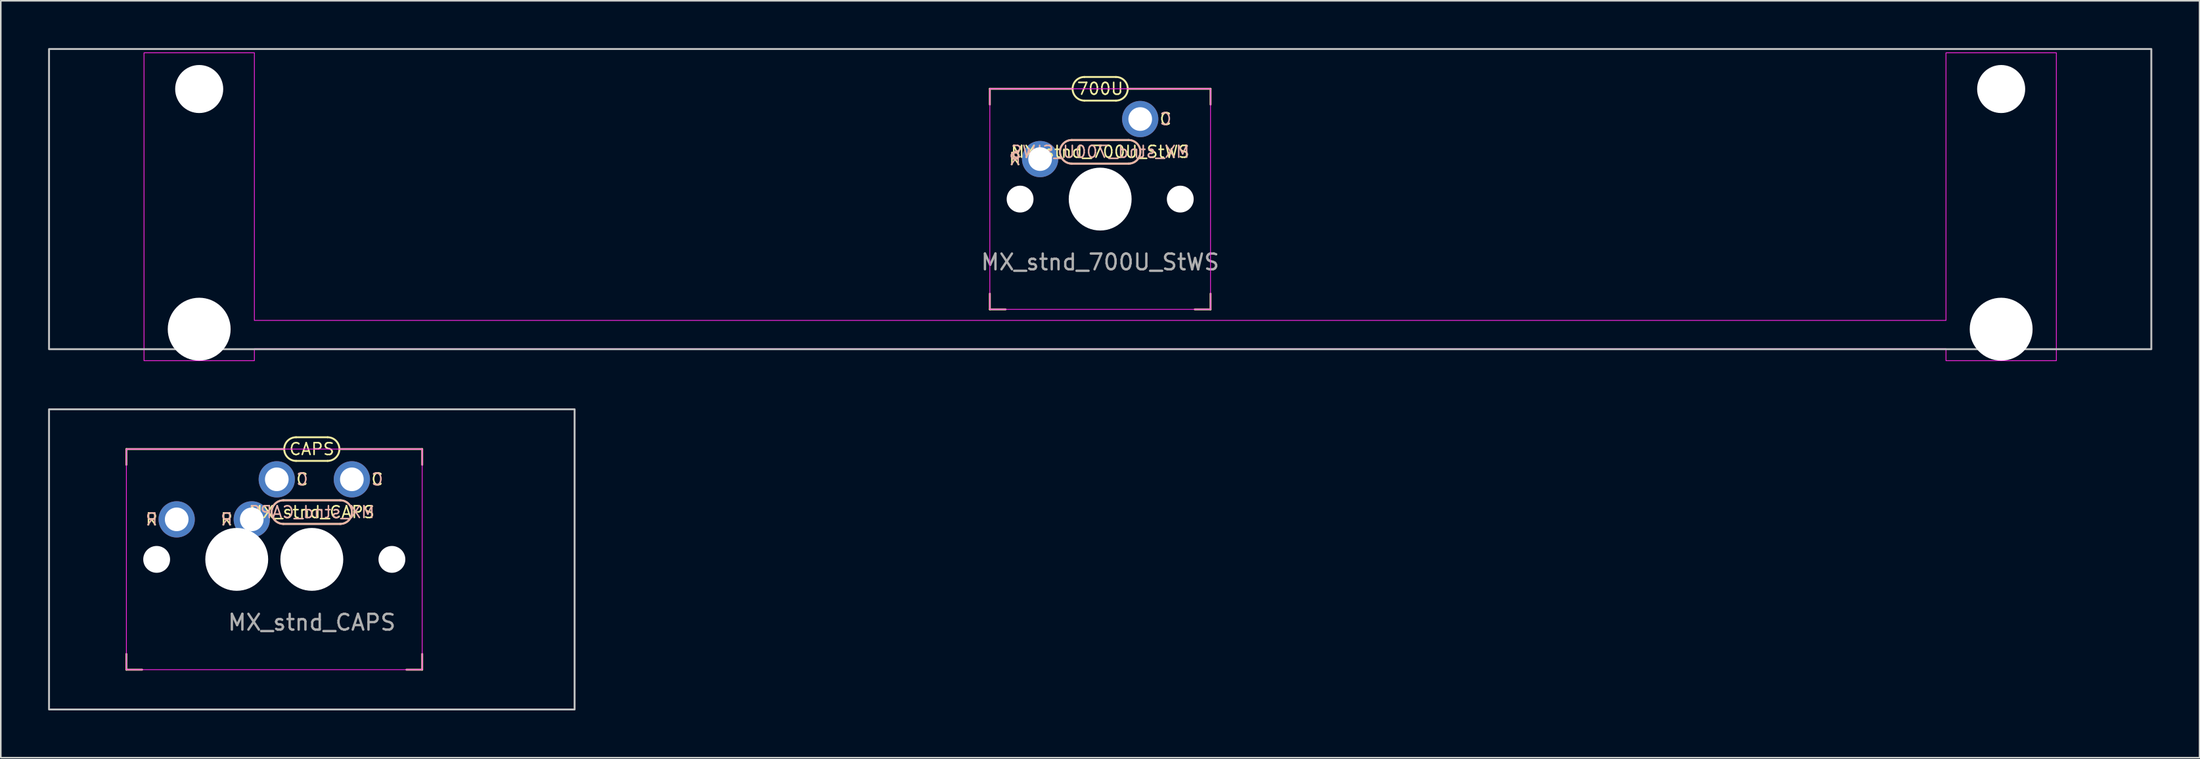
<source format=kicad_pcb>
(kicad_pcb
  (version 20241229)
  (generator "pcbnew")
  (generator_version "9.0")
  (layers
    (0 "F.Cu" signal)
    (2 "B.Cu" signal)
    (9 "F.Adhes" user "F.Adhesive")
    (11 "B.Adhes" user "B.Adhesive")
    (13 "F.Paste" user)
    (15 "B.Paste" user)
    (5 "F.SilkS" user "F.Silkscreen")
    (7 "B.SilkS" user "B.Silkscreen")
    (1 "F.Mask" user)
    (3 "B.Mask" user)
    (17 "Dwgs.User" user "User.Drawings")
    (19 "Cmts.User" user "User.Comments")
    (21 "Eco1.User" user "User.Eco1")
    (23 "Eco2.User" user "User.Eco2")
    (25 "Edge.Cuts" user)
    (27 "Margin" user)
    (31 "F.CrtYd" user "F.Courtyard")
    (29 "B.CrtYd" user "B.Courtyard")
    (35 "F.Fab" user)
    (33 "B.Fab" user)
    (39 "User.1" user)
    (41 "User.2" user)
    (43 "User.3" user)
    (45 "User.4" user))
  (footprint "MX_stnd_CAPS"
    (layer "F.Cu")
    (at 16.729 32.45)
    (property "Reference" "MX_stnd_CAPS" (at 0 -3 0) (unlocked yes) (layer "F.SilkS") (effects (font (size 0.75 0.75) (thickness 0.1))))
    (attr through_hole)
    (fp_line (start -11.762 -7) (end -1.75 -7) (stroke (width 0.12) (type solid)) (layer "F.SilkS"))
    (fp_line (start -11.762 -6) (end -11.762 -7) (stroke (width 0.12) (type solid)) (layer "F.SilkS"))
    (fp_line (start -11.762 7) (end -11.762 6) (stroke (width 0.12) (type solid)) (layer "F.SilkS"))
    (fp_line (start -10.762 7) (end -11.762 7) (stroke (width 0.12) (type solid)) (layer "F.SilkS"))
    (fp_line (start -1.8 -3.75) (end 1.8 -3.75) (stroke (width 0.12) (type solid)) (layer "F.SilkS"))
    (fp_line (start -1 -7.75) (end 1 -7.75) (stroke (width 0.12) (type solid)) (layer "F.SilkS"))
    (fp_line (start 1 -6.25) (end -1 -6.25) (stroke (width 0.12) (type solid)) (layer "F.SilkS"))
    (fp_line (start 1.8 -2.25) (end -1.8 -2.25) (stroke (width 0.12) (type solid)) (layer "F.SilkS"))
    (fp_line (start 6 7) (end 7 7) (stroke (width 0.12) (type solid)) (layer "F.SilkS"))
    (fp_line (start 7 -7) (end 1.75 -7) (stroke (width 0.12) (type solid)) (layer "F.SilkS"))
    (fp_line (start 7 -7) (end 7 -6) (stroke (width 0.12) (type solid)) (layer "F.SilkS"))
    (fp_line (start 7 7) (end 7 6) (stroke (width 0.12) (type solid)) (layer "F.SilkS"))
    (fp_arc (start -1.8 -2.25) (mid -2.55 -3) (end -1.8 -3.75) (stroke (width 0.12) (type solid)) (layer "F.SilkS"))
    (fp_arc (start -1 -6.25) (mid -1.75 -7) (end -1 -7.75) (stroke (width 0.12) (type solid)) (layer "F.SilkS"))
    (fp_arc (start 1 -7.75) (mid 1.75 -7) (end 1 -6.25) (stroke (width 0.12) (type solid)) (layer "F.SilkS"))
    (fp_arc (start 1.8 -3.75) (mid 2.55 -3) (end 1.8 -2.25) (stroke (width 0.12) (type solid)) (layer "F.SilkS"))
    (fp_line (start -1.8 -2.25) (end 1.8 -2.25) (stroke (width 0.12) (type solid)) (layer "B.SilkS"))
    (fp_line (start 1.8 -3.75) (end -1.8 -3.75) (stroke (width 0.12) (type solid)) (layer "B.SilkS"))
    (fp_arc (start -1.8 -2.25) (mid -2.55 -3) (end -1.8 -3.75) (stroke (width 0.12) (type solid)) (layer "B.SilkS"))
    (fp_arc (start 1.8 -3.75) (mid 2.55 -3) (end 1.8 -2.25) (stroke (width 0.12) (type solid)) (layer "B.SilkS"))
    (fp_rect (start -16.669 -9.525) (end 16.669 9.525) (stroke (width 0.12) (type solid)) (fill no) (layer "Dwgs.User"))
    (fp_rect (start -11.762 -7) (end 7 7) (stroke (width 0.05) (type solid)) (fill no) (layer "F.CrtYd"))
    (fp_text user "CAPS" (at 0 -7 0) (unlocked yes) (layer "F.SilkS") (effects (font (size 0.75 0.75) (thickness 0.1))))
    (fp_text user "R" (at -5.4 -2.54 0) (unlocked yes) (layer "F.SilkS") (effects (font (size 0.75 0.75) (thickness 0.1))))
    (fp_text user "C" (at -0.613 -5.08 0) (unlocked yes) (layer "F.SilkS") (effects (font (size 0.75 0.75) (thickness 0.1))))
    (fp_text user "C" (at 4.15 -5.08 0) (unlocked yes) (layer "F.SilkS") (effects (font (size 0.75 0.75) (thickness 0.1))))
    (fp_text user "R" (at -10.162 -2.54 0) (unlocked yes) (layer "F.SilkS") (effects (font (size 0.75 0.75) (thickness 0.1))))
    (fp_text user "R" (at -10.162 -2.54 0) (unlocked yes) (layer "B.SilkS") (effects (font (size 0.75 0.75) (thickness 0.1)) (justify mirror)))
    (fp_text user "${REFERENCE}" (at 0 -3 0) (unlocked yes) (layer "B.SilkS") (effects (font (size 0.75 0.75) (thickness 0.1)) (justify mirror)))
    (fp_text user "C" (at 4.15 -5.08 0) (unlocked yes) (layer "B.SilkS") (effects (font (size 0.75 0.75) (thickness 0.1)) (justify mirror)))
    (fp_text user "C" (at -0.613 -5.08 0) (unlocked yes) (layer "B.SilkS") (effects (font (size 0.75 0.75) (thickness 0.1)) (justify mirror)))
    (fp_text user "R" (at -5.4 -2.54 0) (unlocked yes) (layer "B.SilkS") (effects (font (size 0.75 0.75) (thickness 0.1)) (justify mirror)))
    (fp_text user "${REFERENCE}" (at 0 4 0) (unlocked yes) (layer "F.Fab") (effects (font (size 1 1) (thickness 0.15))))
    (pad "" np_thru_hole circle (at -9.842 0) (size 1.702 1.702) (drill 1.702) (layers "*.Cu" "*.Mask"))
    (pad "" np_thru_hole circle (at -5.08 0) (size 1.702 1.702) (drill 1.702) (layers "*.Cu" "*.Mask"))
    (pad "" np_thru_hole circle (at -4.763 0) (size 3.988 3.988) (drill 3.988) (layers "*.Cu" "*.Mask"))
    (pad "" np_thru_hole circle (at 0 0) (size 3.988 3.988) (drill 3.988) (layers "*.Cu" "*.Mask"))
    (pad "" np_thru_hole circle (at 0.318 0) (size 1.702 1.702) (drill 1.702) (layers "*.Cu" "*.Mask"))
    (pad "" np_thru_hole circle (at 5.08 0) (size 1.702 1.702) (drill 1.702) (layers "*.Cu" "*.Mask"))
    (pad "1" thru_hole circle (at -2.223 -5.08) (size 2.3 2.3) (drill 1.5) (layers "*.Cu" "*.Mask"))
    (pad "1" thru_hole circle (at 2.54 -5.08) (size 2.3 2.3) (drill 1.5) (layers "*.Cu" "*.Mask"))
    (pad "2" thru_hole circle (at -8.572 -2.54) (size 2.3 2.3) (drill 1.5) (layers "*.Cu" "*.Mask"))
    (pad "2" thru_hole circle (at -3.81 -2.54) (size 2.3 2.3) (drill 1.5) (layers "*.Cu" "*.Mask")))
  (footprint "MX_stnd_700U_StWS"
    (layer "F.Cu")
    (at 66.735 9.585)
    (property "Reference" "MX_stnd_700U_StWS" (at 0 -3 0) (unlocked yes) (layer "F.SilkS") (effects (font (size 0.75 0.75) (thickness 0.1))))
    (attr through_hole)
    (fp_line (start -7 -7) (end -1.75 -7) (stroke (width 0.12) (type solid)) (layer "F.SilkS"))
    (fp_line (start -7 -6) (end -7 -7) (stroke (width 0.12) (type solid)) (layer "F.SilkS"))
    (fp_line (start -7 7) (end -7 6) (stroke (width 0.12) (type solid)) (layer "F.SilkS"))
    (fp_line (start -6 7) (end -7 7) (stroke (width 0.12) (type solid)) (layer "F.SilkS"))
    (fp_line (start -1.8 -3.75) (end 1.8 -3.75) (stroke (width 0.12) (type solid)) (layer "F.SilkS"))
    (fp_line (start -1 -7.75) (end 1 -7.75) (stroke (width 0.12) (type solid)) (layer "F.SilkS"))
    (fp_line (start 1 -6.25) (end -1 -6.25) (stroke (width 0.12) (type solid)) (layer "F.SilkS"))
    (fp_line (start 1.8 -2.25) (end -1.8 -2.25) (stroke (width 0.12) (type solid)) (layer "F.SilkS"))
    (fp_line (start 6 7) (end 7 7) (stroke (width 0.12) (type solid)) (layer "F.SilkS"))
    (fp_line (start 7 -7) (end 1.75 -7) (stroke (width 0.12) (type solid)) (layer "F.SilkS"))
    (fp_line (start 7 -7) (end 7 -6) (stroke (width 0.12) (type solid)) (layer "F.SilkS"))
    (fp_line (start 7 7) (end 7 6) (stroke (width 0.12) (type solid)) (layer "F.SilkS"))
    (fp_arc (start -1.8 -2.25) (mid -2.55 -3) (end -1.8 -3.75) (stroke (width 0.12) (type solid)) (layer "F.SilkS"))
    (fp_arc (start -1 -6.25) (mid -1.75 -7) (end -1 -7.75) (stroke (width 0.12) (type solid)) (layer "F.SilkS"))
    (fp_arc (start 1 -7.75) (mid 1.75 -7) (end 1 -6.25) (stroke (width 0.12) (type solid)) (layer "F.SilkS"))
    (fp_arc (start 1.8 -3.75) (mid 2.55 -3) (end 1.8 -2.25) (stroke (width 0.12) (type solid)) (layer "F.SilkS"))
    (fp_line (start -1.8 -2.25) (end 1.8 -2.25) (stroke (width 0.12) (type solid)) (layer "B.SilkS"))
    (fp_line (start 1.8 -3.75) (end -1.8 -3.75) (stroke (width 0.12) (type solid)) (layer "B.SilkS"))
    (fp_arc (start -1.8 -2.25) (mid -2.55 -3) (end -1.8 -3.75) (stroke (width 0.12) (type solid)) (layer "B.SilkS"))
    (fp_arc (start 1.8 -3.75) (mid 2.55 -3) (end 1.8 -2.25) (stroke (width 0.12) (type solid)) (layer "B.SilkS"))
    (fp_rect (start -66.675 -9.525) (end 66.675 9.525) (stroke (width 0.12) (type solid)) (fill no) (layer "Dwgs.User"))
    (fp_rect (start -7 -7) (end 7 7) (stroke (width 0.05) (type solid)) (fill no) (layer "F.CrtYd"))
    (fp_poly (pts (xy -53.65 7.7) (xy 53.65 7.7) (xy 53.65 -9.285) (xy 60.65 -9.285) (xy 60.65 10.255) (xy 53.65 10.255) (xy 53.65 9.5) (xy -53.65 9.5) (xy -53.65 10.255) (xy -60.65 10.255) (xy -60.65 -9.285) (xy -53.65 -9.285)) (stroke (width 0.05) (type solid)) (fill no) (layer "F.CrtYd"))
    (fp_text user "C" (at 4.15 -5.08 0) (unlocked yes) (layer "F.SilkS") (effects (font (size 0.75 0.75) (thickness 0.1))))
    (fp_text user "700U" (at 0 -7 0) (unlocked yes) (layer "F.SilkS") (effects (font (size 0.75 0.75) (thickness 0.1))))
    (fp_text user "R" (at -5.4 -2.54 0) (unlocked yes) (layer "F.SilkS") (effects (font (size 0.75 0.75) (thickness 0.1))))
    (fp_text user "R" (at -5.4 -2.54 0) (unlocked yes) (layer "B.SilkS") (effects (font (size 0.75 0.75) (thickness 0.1)) (justify mirror)))
    (fp_text user "C" (at 4.15 -5.08 0) (unlocked yes) (layer "B.SilkS") (effects (font (size 0.75 0.75) (thickness 0.1)) (justify mirror)))
    (fp_text user "${REFERENCE}" (at 0 -3 0) (unlocked yes) (layer "B.SilkS") (effects (font (size 0.75 0.75) (thickness 0.1)) (justify mirror)))
    (fp_text user "${REFERENCE}" (at 0 4 0) (unlocked yes) (layer "F.Fab") (effects (font (size 1 1) (thickness 0.15))))
    (pad "" np_thru_hole circle (at -57.15 -6.985) (size 3.048 3.048) (drill 3.048) (layers "*.Cu" "*.Mask"))
    (pad "" np_thru_hole circle (at -57.15 8.255) (size 3.988 3.988) (drill 3.988) (layers "*.Cu" "*.Mask"))
    (pad "" np_thru_hole circle (at -5.08 0) (size 1.702 1.702) (drill 1.702) (layers "*.Cu" "*.Mask"))
    (pad "" np_thru_hole circle (at 0 0) (size 3.988 3.988) (drill 3.988) (layers "*.Cu" "*.Mask"))
    (pad "" np_thru_hole circle (at 5.08 0) (size 1.702 1.702) (drill 1.702) (layers "*.Cu" "*.Mask"))
    (pad "" np_thru_hole circle (at 57.15 -6.985) (size 3.048 3.048) (drill 3.048) (layers "*.Cu" "*.Mask"))
    (pad "" np_thru_hole circle (at 57.15 8.255) (size 3.988 3.988) (drill 3.988) (layers "*.Cu" "*.Mask"))
    (pad "1" thru_hole circle (at 2.54 -5.08) (size 2.3 2.3) (drill 1.5) (layers "*.Cu" "*.Mask"))
    (pad "2" thru_hole circle (at -3.81 -2.54) (size 2.3 2.3) (drill 1.5) (layers "*.Cu" "*.Mask")))
  (gr_rect
    (start -3 -3)
    (end 136.47 45.035)
    (stroke (width 0.1) (type default))
    (fill no)
    (layer "Edge.Cuts")))
</source>
